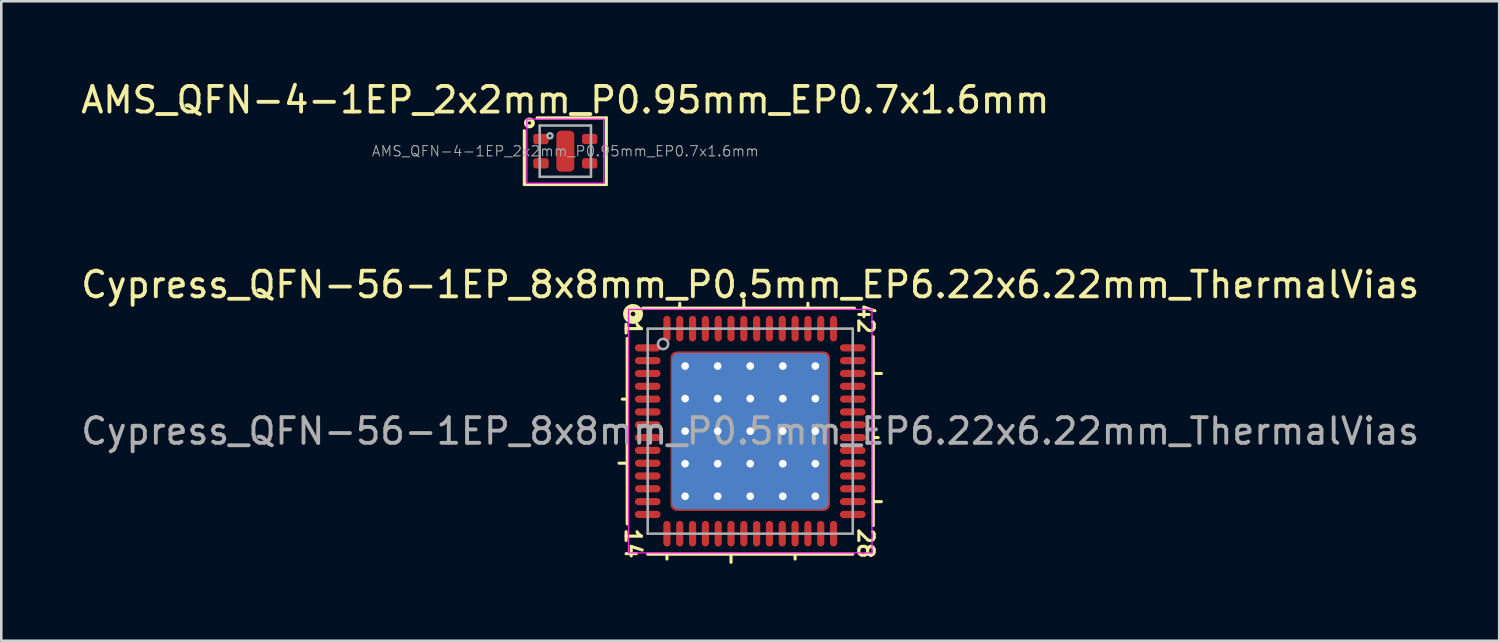
<source format=kicad_pcb>
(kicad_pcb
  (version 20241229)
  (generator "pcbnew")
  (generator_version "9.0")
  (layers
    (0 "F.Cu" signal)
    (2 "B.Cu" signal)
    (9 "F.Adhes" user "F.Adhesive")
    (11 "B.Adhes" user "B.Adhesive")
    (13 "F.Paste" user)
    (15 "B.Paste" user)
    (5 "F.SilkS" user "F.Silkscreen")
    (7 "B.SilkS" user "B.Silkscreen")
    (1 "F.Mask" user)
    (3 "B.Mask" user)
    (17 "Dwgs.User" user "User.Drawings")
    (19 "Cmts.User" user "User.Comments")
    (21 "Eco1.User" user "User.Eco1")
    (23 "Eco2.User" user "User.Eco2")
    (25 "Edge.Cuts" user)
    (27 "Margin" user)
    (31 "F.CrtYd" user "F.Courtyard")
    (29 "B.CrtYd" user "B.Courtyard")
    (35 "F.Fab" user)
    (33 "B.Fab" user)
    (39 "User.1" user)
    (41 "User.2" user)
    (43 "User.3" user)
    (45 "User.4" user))
  (footprint "AMS_QFN-4-1EP_2x2mm_P0.95mm_EP0.7x1.6mm"
    (layer "F.Cu")
    (at 19.006 2.848)
    (property "Reference" "AMS_QFN-4-1EP_2x2mm_P0.95mm_EP0.7x1.6mm" (at 0 -2 0) (layer "F.SilkS") (effects (font (size 1 1) (thickness 0.15))))
    (attr smd)
    (fp_line (start -1.6 1.3) (end -1.6 -0.8) (stroke (width 0.12) (type solid)) (layer "F.SilkS"))
    (fp_line (start -1.1 -1.3) (end 1.6 -1.3) (stroke (width 0.12) (type solid)) (layer "F.SilkS"))
    (fp_line (start 1.6 -1.3) (end 1.6 1.3) (stroke (width 0.12) (type solid)) (layer "F.SilkS"))
    (fp_line (start 1.6 1.3) (end -1.6 1.3) (stroke (width 0.12) (type solid)) (layer "F.SilkS"))
    (fp_circle (center -1.4 -1.1) (end -1.337 -1.1) (stroke (width 0.15) (type solid)) (fill no) (layer "F.SilkS"))
    (fp_line (start -1.5 -1.25) (end 1.5 -1.25) (stroke (width 0.05) (type solid)) (layer "F.CrtYd"))
    (fp_line (start -1.5 1.25) (end -1.5 -1.25) (stroke (width 0.05) (type solid)) (layer "F.CrtYd"))
    (fp_line (start 1.5 -1.25) (end 1.5 1.25) (stroke (width 0.05) (type solid)) (layer "F.CrtYd"))
    (fp_line (start 1.5 1.25) (end -1.5 1.25) (stroke (width 0.05) (type solid)) (layer "F.CrtYd"))
    (fp_line (start -1 -1) (end 1 -1) (stroke (width 0.1) (type solid)) (layer "F.Fab"))
    (fp_line (start -1 1) (end -1 -1) (stroke (width 0.1) (type solid)) (layer "F.Fab"))
    (fp_line (start 1 -1) (end 1 1) (stroke (width 0.1) (type solid)) (layer "F.Fab"))
    (fp_line (start 1 1) (end -1 1) (stroke (width 0.1) (type solid)) (layer "F.Fab"))
    (fp_circle (center -0.6 -0.6) (end -0.5 -0.6) (stroke (width 0.1) (type solid)) (fill no) (layer "F.Fab"))
    (fp_text user "${REFERENCE}" (at 0 0 0) (layer "F.Fab") (effects (font (size 0.4 0.4) (thickness 0.04))))
    (pad "" smd roundrect (at 0 0) (size 0.35 0.8) (layers "F.Paste") (roundrect_rratio 0.25))
    (pad "1" smd roundrect (at -0.95 -0.475) (size 0.6 0.4) (layers "F.Cu" "F.Mask" "F.Paste") (roundrect_rratio 0.25))
    (pad "2" smd roundrect (at -0.95 0.475) (size 0.6 0.4) (layers "F.Cu" "F.Mask" "F.Paste") (roundrect_rratio 0.25))
    (pad "3" smd roundrect (at 0.95 0.475) (size 0.6 0.4) (layers "F.Cu" "F.Mask" "F.Paste") (roundrect_rratio 0.25))
    (pad "4" smd roundrect (at 0.95 -0.475) (size 0.6 0.4) (layers "F.Cu" "F.Mask" "F.Paste") (roundrect_rratio 0.25))
    (pad "5" smd roundrect (at 0 0) (size 0.7 1.6) (layers "F.Cu" "F.Mask") (roundrect_rratio 0.25)))
  (footprint "Cypress_QFN-56-1EP_8x8mm_P0.5mm_EP6.22x6.22mm_ThermalVias"
    (layer "F.Cu")
    (at 26.22 13.771)
    (property "Reference" "Cypress_QFN-56-1EP_8x8mm_P0.5mm_EP6.22x6.22mm_ThermalVias" (at 0 -5.715 0) (layer "F.SilkS") (effects (font (size 1 1) (thickness 0.15))))
    (attr smd)
    (fp_line (start -5.117 1.25) (end -4.8 1.25) (stroke (width 0.12) (type solid)) (layer "F.SilkS"))
    (fp_line (start -4.99 -1.25) (end -4.8 -1.25) (stroke (width 0.12) (type solid)) (layer "F.SilkS"))
    (fp_line (start -4.8 3.619) (end -4.8 -3.619) (stroke (width 0.12) (type solid)) (layer "F.SilkS"))
    (fp_line (start -4.191 -4.8) (end 4.064 -4.8) (stroke (width 0.12) (type solid)) (layer "F.SilkS"))
    (fp_line (start -3.25 4.99) (end -3.25 4.8) (stroke (width 0.12) (type solid)) (layer "F.SilkS"))
    (fp_line (start -2.75 -4.8) (end -2.75 -4.99) (stroke (width 0.12) (type solid)) (layer "F.SilkS"))
    (fp_line (start -0.75 5.117) (end -0.75 4.8) (stroke (width 0.12) (type solid)) (layer "F.SilkS"))
    (fp_line (start -0.25 -4.8) (end -0.25 -5.117) (stroke (width 0.12) (type solid)) (layer "F.SilkS"))
    (fp_line (start 1.75 4.99) (end 1.75 4.8) (stroke (width 0.12) (type solid)) (layer "F.SilkS"))
    (fp_line (start 2.25 -4.8) (end 2.25 -4.99) (stroke (width 0.12) (type solid)) (layer "F.SilkS"))
    (fp_line (start 4 4.8) (end -4 4.8) (stroke (width 0.12) (type solid)) (layer "F.SilkS"))
    (fp_line (start 4.8 -3.683) (end 4.8 3.683) (stroke (width 0.12) (type solid)) (layer "F.SilkS"))
    (fp_line (start 4.8 -2.25) (end 5.117 -2.25) (stroke (width 0.12) (type solid)) (layer "F.SilkS"))
    (fp_line (start 4.99 0.25) (end 4.8 0.25) (stroke (width 0.12) (type solid)) (layer "F.SilkS"))
    (fp_line (start 5.117 2.75) (end 4.8 2.75) (stroke (width 0.12) (type solid)) (layer "F.SilkS"))
    (fp_circle (center -4.572 -4.572) (end -4.483 -4.572) (stroke (width 0.3) (type solid)) (fill no) (layer "F.SilkS"))
    (fp_line (start -4.75 -4.75) (end 4.75 -4.75) (stroke (width 0.05) (type solid)) (layer "F.CrtYd"))
    (fp_line (start -4.75 4.75) (end -4.75 -4.75) (stroke (width 0.05) (type solid)) (layer "F.CrtYd"))
    (fp_line (start 4.75 -4.75) (end 4.75 4.75) (stroke (width 0.05) (type solid)) (layer "F.CrtYd"))
    (fp_line (start 4.75 4.75) (end -4.75 4.75) (stroke (width 0.05) (type solid)) (layer "F.CrtYd"))
    (fp_line (start -4 -4) (end 4 -4) (stroke (width 0.1) (type solid)) (layer "F.Fab"))
    (fp_line (start -4 4) (end -4 -4) (stroke (width 0.1) (type solid)) (layer "F.Fab"))
    (fp_line (start 4 -4) (end 4 4) (stroke (width 0.1) (type solid)) (layer "F.Fab"))
    (fp_line (start 4 4) (end -4 4) (stroke (width 0.1) (type solid)) (layer "F.Fab"))
    (fp_circle (center -3.4 -3.4) (end -3.2 -3.4) (stroke (width 0.1) (type solid)) (fill no) (layer "F.Fab"))
    (fp_text user "28" (at 4.508 4.381 270) (unlocked yes) (layer "F.SilkS") (effects (font (size 0.6 0.6) (thickness 0.12))))
    (fp_text user "42" (at 4.508 -4.381 270) (unlocked yes) (layer "F.SilkS") (effects (font (size 0.6 0.6) (thickness 0.12))))
    (fp_text user "1" (at -4.572 -4 270) (unlocked yes) (layer "F.SilkS") (effects (font (size 0.6 0.6) (thickness 0.12))))
    (fp_text user "14" (at -4.572 4.381 270) (unlocked yes) (layer "F.SilkS") (effects (font (size 0.6 0.6) (thickness 0.12))))
    (fp_text user "${REFERENCE}" (at 0 0 0) (layer "F.Fab") (effects (font (size 1 1) (thickness 0.15))))
    (pad "" smd roundrect (at -1.555 -1.555) (size 2.6 2.6) (layers "F.Paste") (roundrect_rratio 0.096))
    (pad "" smd roundrect (at -1.555 1.555) (size 2.6 2.6) (layers "F.Paste") (roundrect_rratio 0.096))
    (pad "" smd roundrect (at 1.555 -1.555) (size 2.6 2.6) (layers "F.Paste") (roundrect_rratio 0.096))
    (pad "" smd roundrect (at 1.555 1.555) (size 2.6 2.6) (layers "F.Paste") (roundrect_rratio 0.096))
    (pad "1" smd oval (at -4 -3.25) (size 1 0.28) (layers "F.Cu" "F.Mask" "F.Paste"))
    (pad "2" smd oval (at -4 -2.75) (size 1 0.28) (layers "F.Cu" "F.Mask" "F.Paste"))
    (pad "3" smd oval (at -4 -2.25) (size 1 0.28) (layers "F.Cu" "F.Mask" "F.Paste"))
    (pad "4" smd oval (at -4 -1.75) (size 1 0.28) (layers "F.Cu" "F.Mask" "F.Paste"))
    (pad "5" smd oval (at -4 -1.25) (size 1 0.28) (layers "F.Cu" "F.Mask" "F.Paste"))
    (pad "6" smd oval (at -4 -0.75) (size 1 0.28) (layers "F.Cu" "F.Mask" "F.Paste"))
    (pad "7" smd oval (at -4 -0.25) (size 1 0.28) (layers "F.Cu" "F.Mask" "F.Paste"))
    (pad "8" smd oval (at -4 0.25) (size 1 0.28) (layers "F.Cu" "F.Mask" "F.Paste"))
    (pad "9" smd oval (at -4 0.75) (size 1 0.28) (layers "F.Cu" "F.Mask" "F.Paste"))
    (pad "10" smd oval (at -4 1.25) (size 1 0.28) (layers "F.Cu" "F.Mask" "F.Paste"))
    (pad "11" smd oval (at -4 1.75) (size 1 0.28) (layers "F.Cu" "F.Mask" "F.Paste"))
    (pad "12" smd oval (at -4 2.25) (size 1 0.28) (layers "F.Cu" "F.Mask" "F.Paste"))
    (pad "13" smd oval (at -4 2.75) (size 1 0.28) (layers "F.Cu" "F.Mask" "F.Paste"))
    (pad "14" smd oval (at -4 3.25) (size 1 0.28) (layers "F.Cu" "F.Mask" "F.Paste"))
    (pad "15" smd oval (at -3.25 4) (size 0.28 1) (layers "F.Cu" "F.Mask" "F.Paste"))
    (pad "16" smd oval (at -2.75 4) (size 0.28 1) (layers "F.Cu" "F.Mask" "F.Paste"))
    (pad "17" smd oval (at -2.25 4) (size 0.28 1) (layers "F.Cu" "F.Mask" "F.Paste"))
    (pad "18" smd oval (at -1.75 4) (size 0.28 1) (layers "F.Cu" "F.Mask" "F.Paste"))
    (pad "19" smd oval (at -1.25 4) (size 0.28 1) (layers "F.Cu" "F.Mask" "F.Paste"))
    (pad "20" smd oval (at -0.75 4) (size 0.28 1) (layers "F.Cu" "F.Mask" "F.Paste"))
    (pad "21" smd oval (at -0.25 4) (size 0.28 1) (layers "F.Cu" "F.Mask" "F.Paste"))
    (pad "22" smd oval (at 0.25 4) (size 0.28 1) (layers "F.Cu" "F.Mask" "F.Paste"))
    (pad "23" smd oval (at 0.75 4) (size 0.28 1) (layers "F.Cu" "F.Mask" "F.Paste"))
    (pad "24" smd oval (at 1.25 4) (size 0.28 1) (layers "F.Cu" "F.Mask" "F.Paste"))
    (pad "25" smd oval (at 1.75 4) (size 0.28 1) (layers "F.Cu" "F.Mask" "F.Paste"))
    (pad "26" smd oval (at 2.25 4) (size 0.28 1) (layers "F.Cu" "F.Mask" "F.Paste"))
    (pad "27" smd oval (at 2.75 4) (size 0.28 1) (layers "F.Cu" "F.Mask" "F.Paste"))
    (pad "28" smd oval (at 3.25 4) (size 0.28 1) (layers "F.Cu" "F.Mask" "F.Paste"))
    (pad "29" smd oval (at 4 3.25) (size 1 0.28) (layers "F.Cu" "F.Mask" "F.Paste"))
    (pad "30" smd oval (at 4 2.75) (size 1 0.28) (layers "F.Cu" "F.Mask" "F.Paste"))
    (pad "31" smd oval (at 4 2.25) (size 1 0.28) (layers "F.Cu" "F.Mask" "F.Paste"))
    (pad "32" smd oval (at 4 1.75) (size 1 0.28) (layers "F.Cu" "F.Mask" "F.Paste"))
    (pad "33" smd oval (at 4 1.25) (size 1 0.28) (layers "F.Cu" "F.Mask" "F.Paste"))
    (pad "34" smd oval (at 4 0.75) (size 1 0.28) (layers "F.Cu" "F.Mask" "F.Paste"))
    (pad "35" smd oval (at 4 0.25) (size 1 0.28) (layers "F.Cu" "F.Mask" "F.Paste"))
    (pad "36" smd oval (at 4 -0.25) (size 1 0.28) (layers "F.Cu" "F.Mask" "F.Paste"))
    (pad "37" smd oval (at 4 -0.75) (size 1 0.28) (layers "F.Cu" "F.Mask" "F.Paste"))
    (pad "38" smd oval (at 4 -1.25) (size 1 0.28) (layers "F.Cu" "F.Mask" "F.Paste"))
    (pad "39" smd oval (at 4 -1.75) (size 1 0.28) (layers "F.Cu" "F.Mask" "F.Paste"))
    (pad "40" smd oval (at 4 -2.25) (size 1 0.28) (layers "F.Cu" "F.Mask" "F.Paste"))
    (pad "41" smd oval (at 4 -2.75) (size 1 0.28) (layers "F.Cu" "F.Mask" "F.Paste"))
    (pad "42" smd oval (at 4 -3.25) (size 1 0.28) (layers "F.Cu" "F.Mask" "F.Paste"))
    (pad "43" smd oval (at 3.25 -4) (size 0.28 1) (layers "F.Cu" "F.Mask" "F.Paste"))
    (pad "44" smd oval (at 2.75 -4) (size 0.28 1) (layers "F.Cu" "F.Mask" "F.Paste"))
    (pad "45" smd oval (at 2.25 -4) (size 0.28 1) (layers "F.Cu" "F.Mask" "F.Paste"))
    (pad "46" smd oval (at 1.75 -4) (size 0.28 1) (layers "F.Cu" "F.Mask" "F.Paste"))
    (pad "47" smd oval (at 1.25 -4) (size 0.28 1) (layers "F.Cu" "F.Mask" "F.Paste"))
    (pad "48" smd oval (at 0.75 -4) (size 0.28 1) (layers "F.Cu" "F.Mask" "F.Paste"))
    (pad "49" smd oval (at 0.25 -4) (size 0.28 1) (layers "F.Cu" "F.Mask" "F.Paste"))
    (pad "50" smd oval (at -0.25 -4) (size 0.28 1) (layers "F.Cu" "F.Mask" "F.Paste"))
    (pad "51" smd oval (at -0.75 -4) (size 0.28 1) (layers "F.Cu" "F.Mask" "F.Paste"))
    (pad "52" smd oval (at -1.25 -4) (size 0.28 1) (layers "F.Cu" "F.Mask" "F.Paste"))
    (pad "53" smd oval (at -1.75 -4) (size 0.28 1) (layers "F.Cu" "F.Mask" "F.Paste"))
    (pad "54" smd oval (at -2.25 -4) (size 0.28 1) (layers "F.Cu" "F.Mask" "F.Paste"))
    (pad "55" smd oval (at -2.75 -4) (size 0.28 1) (layers "F.Cu" "F.Mask" "F.Paste"))
    (pad "56" smd oval (at -3.25 -4) (size 0.28 1) (layers "F.Cu" "F.Mask" "F.Paste"))
    (pad "57" thru_hole circle (at -2.54 -2.54) (size 0.6 0.6) (drill 0.3) (property pad_prop_heatsink) (layers "*.Cu"))
    (pad "57" thru_hole circle (at -2.54 -1.27) (size 0.6 0.6) (drill 0.3) (property pad_prop_heatsink) (layers "*.Cu"))
    (pad "57" thru_hole circle (at -2.54 0) (size 0.6 0.6) (drill 0.3) (property pad_prop_heatsink) (layers "*.Cu"))
    (pad "57" thru_hole circle (at -2.54 1.27) (size 0.6 0.6) (drill 0.3) (property pad_prop_heatsink) (layers "*.Cu"))
    (pad "57" thru_hole circle (at -2.54 2.54) (size 0.6 0.6) (drill 0.3) (property pad_prop_heatsink) (layers "*.Cu"))
    (pad "57" thru_hole circle (at -1.27 -2.54) (size 0.6 0.6) (drill 0.3) (property pad_prop_heatsink) (layers "*.Cu"))
    (pad "57" thru_hole circle (at -1.27 -1.27) (size 0.6 0.6) (drill 0.3) (property pad_prop_heatsink) (layers "*.Cu"))
    (pad "57" thru_hole circle (at -1.27 0) (size 0.6 0.6) (drill 0.3) (property pad_prop_heatsink) (layers "*.Cu"))
    (pad "57" thru_hole circle (at -1.27 1.27) (size 0.6 0.6) (drill 0.3) (property pad_prop_heatsink) (layers "*.Cu"))
    (pad "57" thru_hole circle (at -1.27 2.54) (size 0.6 0.6) (drill 0.3) (property pad_prop_heatsink) (layers "*.Cu"))
    (pad "57" thru_hole circle (at 0 -2.54) (size 0.6 0.6) (drill 0.3) (property pad_prop_heatsink) (layers "*.Cu"))
    (pad "57" thru_hole circle (at 0 -1.27) (size 0.6 0.6) (drill 0.3) (property pad_prop_heatsink) (layers "*.Cu"))
    (pad "57" thru_hole circle (at 0 0) (size 0.6 0.6) (drill 0.3) (property pad_prop_heatsink) (layers "*.Cu"))
    (pad "57" smd roundrect (at 0 0) (size 6.1 6.1) (layers "B.Cu" "B.Mask") (roundrect_rratio 0.041))
    (pad "57" smd roundrect (at 0 0) (size 6.22 6.22) (layers "F.Cu" "F.Mask") (roundrect_rratio 0.04))
    (pad "57" thru_hole circle (at 0 1.27) (size 0.6 0.6) (drill 0.3) (property pad_prop_heatsink) (layers "*.Cu"))
    (pad "57" thru_hole circle (at 0 2.54) (size 0.6 0.6) (drill 0.3) (property pad_prop_heatsink) (layers "*.Cu"))
    (pad "57" thru_hole circle (at 1.27 -2.54) (size 0.6 0.6) (drill 0.3) (property pad_prop_heatsink) (layers "*.Cu"))
    (pad "57" thru_hole circle (at 1.27 -1.27) (size 0.6 0.6) (drill 0.3) (property pad_prop_heatsink) (layers "*.Cu"))
    (pad "57" thru_hole circle (at 1.27 0) (size 0.6 0.6) (drill 0.3) (property pad_prop_heatsink) (layers "*.Cu"))
    (pad "57" thru_hole circle (at 1.27 1.27) (size 0.6 0.6) (drill 0.3) (property pad_prop_heatsink) (layers "*.Cu"))
    (pad "57" thru_hole circle (at 1.27 2.54) (size 0.6 0.6) (drill 0.3) (property pad_prop_heatsink) (layers "*.Cu"))
    (pad "57" thru_hole circle (at 2.54 -2.54) (size 0.6 0.6) (drill 0.3) (property pad_prop_heatsink) (layers "*.Cu"))
    (pad "57" thru_hole circle (at 2.54 -1.27) (size 0.6 0.6) (drill 0.3) (property pad_prop_heatsink) (layers "*.Cu"))
    (pad "57" thru_hole circle (at 2.54 0) (size 0.6 0.6) (drill 0.3) (property pad_prop_heatsink) (layers "*.Cu"))
    (pad "57" thru_hole circle (at 2.54 1.27) (size 0.6 0.6) (drill 0.3) (property pad_prop_heatsink) (layers "*.Cu"))
    (pad "57" thru_hole circle (at 2.54 2.54) (size 0.6 0.6) (drill 0.3) (property pad_prop_heatsink) (layers "*.Cu")))
  (gr_rect
    (start -3 -3)
    (end 55.44 21.949)
    (stroke (width 0.1) (type default))
    (fill no)
    (layer "Edge.Cuts")))
</source>
